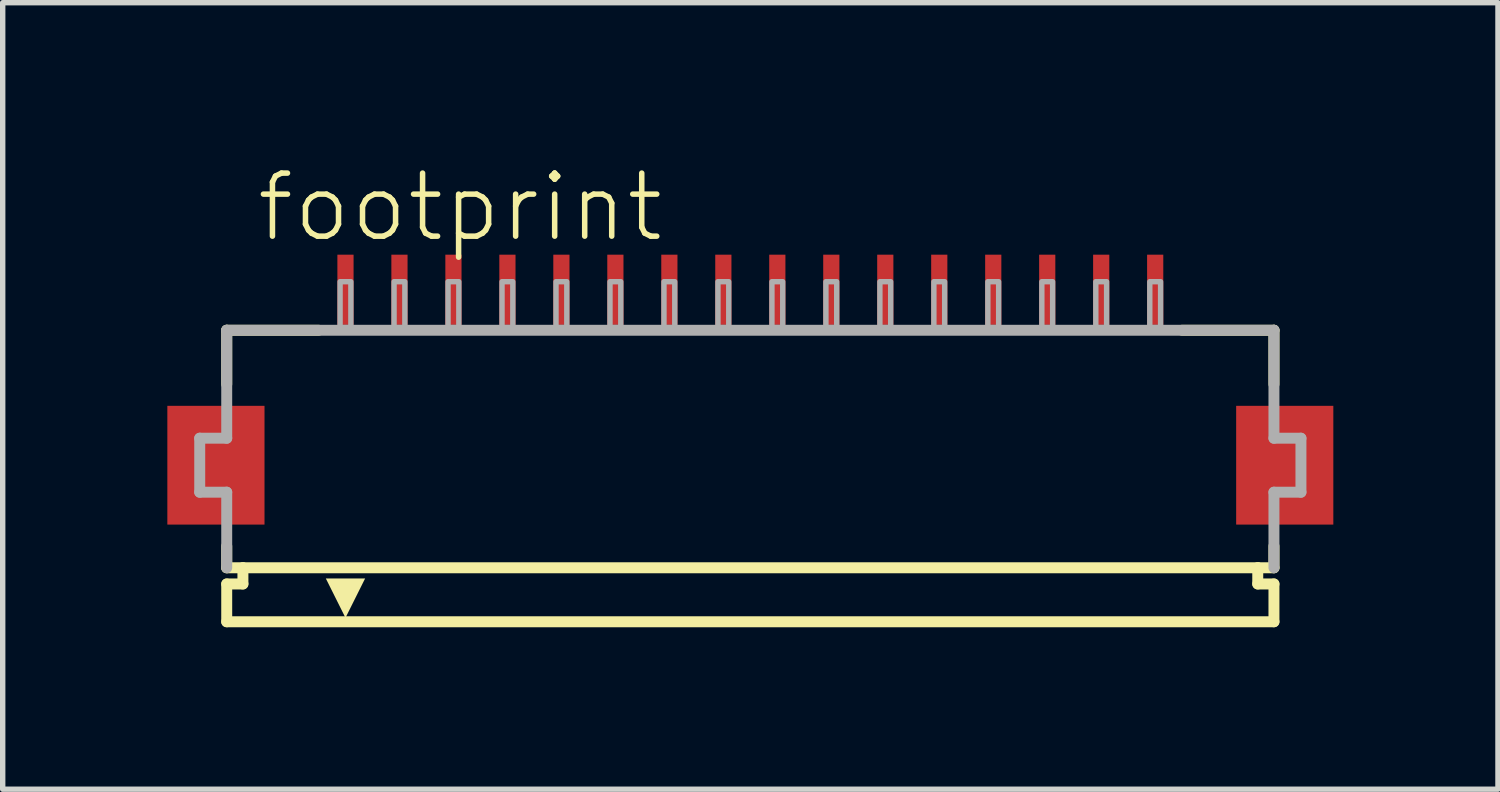
<source format=kicad_pcb>
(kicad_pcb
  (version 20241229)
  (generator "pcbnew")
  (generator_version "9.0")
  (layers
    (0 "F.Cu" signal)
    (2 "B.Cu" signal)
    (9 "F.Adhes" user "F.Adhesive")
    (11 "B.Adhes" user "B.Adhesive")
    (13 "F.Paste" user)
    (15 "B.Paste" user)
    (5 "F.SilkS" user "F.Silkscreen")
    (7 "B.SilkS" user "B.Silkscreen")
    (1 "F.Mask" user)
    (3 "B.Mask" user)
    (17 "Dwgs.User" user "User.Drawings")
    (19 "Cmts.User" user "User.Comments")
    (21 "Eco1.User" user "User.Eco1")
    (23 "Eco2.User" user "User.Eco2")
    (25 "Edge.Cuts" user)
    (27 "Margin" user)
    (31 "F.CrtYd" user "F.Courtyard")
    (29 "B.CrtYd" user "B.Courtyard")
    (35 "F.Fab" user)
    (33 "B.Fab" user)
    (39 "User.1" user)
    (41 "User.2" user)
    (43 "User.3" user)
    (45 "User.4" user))
  (footprint "footprint"
    (layer "F.Cu")
    (at 10.85 5.568)
    (property "Reference" "footprint" (at -9.198 -4.095 0) (layer "F.SilkS") (effects (font (size 1.168 1.168) (thickness 0.102)) (justify left bottom)))
    (fp_poly (pts (xy -9 -1.1) (xy -10.8 -1.1) (xy -10.8 1.1) (xy -9 1.1)) (stroke (width 0) (type solid)) (fill yes) (layer "F.Cu"))
    (fp_poly (pts (xy 10.8 -1.1) (xy 9 -1.1) (xy 9 1.1) (xy 10.8 1.1)) (stroke (width 0) (type solid)) (fill yes) (layer "F.Cu"))
    (fp_poly (pts (xy -8.95 -1.175) (xy -10.85 -1.175) (xy -10.85 1.175) (xy -8.95 1.175)) (stroke (width 0) (type solid)) (fill yes) (layer "F.Mask"))
    (fp_poly (pts (xy -7.7 -2.55) (xy -7.3 -2.55) (xy -7.3 -3.95) (xy -7.7 -3.95)) (stroke (width 0) (type solid)) (fill yes) (layer "F.Mask"))
    (fp_poly (pts (xy -6.7 -2.55) (xy -6.3 -2.55) (xy -6.3 -3.95) (xy -6.7 -3.95)) (stroke (width 0) (type solid)) (fill yes) (layer "F.Mask"))
    (fp_poly (pts (xy -5.7 -2.55) (xy -5.3 -2.55) (xy -5.3 -3.95) (xy -5.7 -3.95)) (stroke (width 0) (type solid)) (fill yes) (layer "F.Mask"))
    (fp_poly (pts (xy -4.7 -2.55) (xy -4.3 -2.55) (xy -4.3 -3.95) (xy -4.7 -3.95)) (stroke (width 0) (type solid)) (fill yes) (layer "F.Mask"))
    (fp_poly (pts (xy -3.7 -2.55) (xy -3.3 -2.55) (xy -3.3 -3.95) (xy -3.7 -3.95)) (stroke (width 0) (type solid)) (fill yes) (layer "F.Mask"))
    (fp_poly (pts (xy -2.7 -2.55) (xy -2.3 -2.55) (xy -2.3 -3.95) (xy -2.7 -3.95)) (stroke (width 0) (type solid)) (fill yes) (layer "F.Mask"))
    (fp_poly (pts (xy -1.7 -2.55) (xy -1.3 -2.55) (xy -1.3 -3.95) (xy -1.7 -3.95)) (stroke (width 0) (type solid)) (fill yes) (layer "F.Mask"))
    (fp_poly (pts (xy -0.7 -2.55) (xy -0.3 -2.55) (xy -0.3 -3.95) (xy -0.7 -3.95)) (stroke (width 0) (type solid)) (fill yes) (layer "F.Mask"))
    (fp_poly (pts (xy 0.3 -2.55) (xy 0.7 -2.55) (xy 0.7 -3.95) (xy 0.3 -3.95)) (stroke (width 0) (type solid)) (fill yes) (layer "F.Mask"))
    (fp_poly (pts (xy 1.3 -2.55) (xy 1.7 -2.55) (xy 1.7 -3.95) (xy 1.3 -3.95)) (stroke (width 0) (type solid)) (fill yes) (layer "F.Mask"))
    (fp_poly (pts (xy 2.3 -2.55) (xy 2.7 -2.55) (xy 2.7 -3.95) (xy 2.3 -3.95)) (stroke (width 0) (type solid)) (fill yes) (layer "F.Mask"))
    (fp_poly (pts (xy 3.3 -2.55) (xy 3.7 -2.55) (xy 3.7 -3.95) (xy 3.3 -3.95)) (stroke (width 0) (type solid)) (fill yes) (layer "F.Mask"))
    (fp_poly (pts (xy 4.3 -2.55) (xy 4.7 -2.55) (xy 4.7 -3.95) (xy 4.3 -3.95)) (stroke (width 0) (type solid)) (fill yes) (layer "F.Mask"))
    (fp_poly (pts (xy 5.3 -2.55) (xy 5.7 -2.55) (xy 5.7 -3.95) (xy 5.3 -3.95)) (stroke (width 0) (type solid)) (fill yes) (layer "F.Mask"))
    (fp_poly (pts (xy 6.3 -2.55) (xy 6.7 -2.55) (xy 6.7 -3.95) (xy 6.3 -3.95)) (stroke (width 0) (type solid)) (fill yes) (layer "F.Mask"))
    (fp_poly (pts (xy 7.3 -2.55) (xy 7.7 -2.55) (xy 7.7 -3.95) (xy 7.3 -3.95)) (stroke (width 0) (type solid)) (fill yes) (layer "F.Mask"))
    (fp_poly (pts (xy 10.85 -1.175) (xy 8.95 -1.175) (xy 8.95 1.175) (xy 10.85 1.175)) (stroke (width 0) (type solid)) (fill yes) (layer "F.Mask"))
    (fp_line (start -9.7 -2.5) (end -9.7 -1.5) (stroke (width 0.203) (type solid)) (layer "F.SilkS"))
    (fp_line (start -9.7 1.5) (end -9.7 1.9) (stroke (width 0.203) (type solid)) (layer "F.SilkS"))
    (fp_line (start -9.7 1.9) (end -9.4 1.9) (stroke (width 0.203) (type solid)) (layer "F.SilkS"))
    (fp_line (start -9.7 2.2) (end -9.7 2.9) (stroke (width 0.203) (type solid)) (layer "F.SilkS"))
    (fp_line (start -9.4 1.9) (end -9.4 2.2) (stroke (width 0.203) (type solid)) (layer "F.SilkS"))
    (fp_line (start -9.4 2.2) (end -9.7 2.2) (stroke (width 0.203) (type solid)) (layer "F.SilkS"))
    (fp_line (start -8 -2.5) (end -9.7 -2.5) (stroke (width 0.203) (type solid)) (layer "F.SilkS"))
    (fp_line (start 9.4 1.9) (end -9.4 1.9) (stroke (width 0.203) (type solid)) (layer "F.SilkS"))
    (fp_line (start 9.4 1.9) (end 9.7 1.9) (stroke (width 0.203) (type solid)) (layer "F.SilkS"))
    (fp_line (start 9.4 2.2) (end 9.4 1.9) (stroke (width 0.203) (type solid)) (layer "F.SilkS"))
    (fp_line (start 9.7 -2.5) (end 8 -2.5) (stroke (width 0.203) (type solid)) (layer "F.SilkS"))
    (fp_line (start 9.7 -1.5) (end 9.7 -2.5) (stroke (width 0.203) (type solid)) (layer "F.SilkS"))
    (fp_line (start 9.7 1.9) (end 9.7 1.5) (stroke (width 0.203) (type solid)) (layer "F.SilkS"))
    (fp_line (start 9.7 2.2) (end 9.4 2.2) (stroke (width 0.203) (type solid)) (layer "F.SilkS"))
    (fp_line (start 9.7 2.9) (end -9.7 2.9) (stroke (width 0.203) (type solid)) (layer "F.SilkS"))
    (fp_line (start 9.7 2.9) (end 9.7 2.2) (stroke (width 0.203) (type solid)) (layer "F.SilkS"))
    (fp_poly (pts (xy -7.5 2.827) (xy -7.864 2.098) (xy -7.136 2.098)) (stroke (width 0) (type solid)) (fill yes) (layer "F.SilkS"))
    (fp_poly (pts (xy -9.075 -1.025) (xy -10.725 -1.025) (xy -10.725 1.025) (xy -9.075 1.025)) (stroke (width 0) (type solid)) (fill yes) (layer "F.Paste"))
    (fp_poly (pts (xy -7.625 -2.625) (xy -7.375 -2.625) (xy -7.375 -3.875) (xy -7.625 -3.875)) (stroke (width 0) (type solid)) (fill yes) (layer "F.Paste"))
    (fp_poly (pts (xy -6.625 -2.625) (xy -6.375 -2.625) (xy -6.375 -3.875) (xy -6.625 -3.875)) (stroke (width 0) (type solid)) (fill yes) (layer "F.Paste"))
    (fp_poly (pts (xy -5.625 -2.625) (xy -5.375 -2.625) (xy -5.375 -3.875) (xy -5.625 -3.875)) (stroke (width 0) (type solid)) (fill yes) (layer "F.Paste"))
    (fp_poly (pts (xy -4.625 -2.625) (xy -4.375 -2.625) (xy -4.375 -3.875) (xy -4.625 -3.875)) (stroke (width 0) (type solid)) (fill yes) (layer "F.Paste"))
    (fp_poly (pts (xy -3.625 -2.625) (xy -3.375 -2.625) (xy -3.375 -3.875) (xy -3.625 -3.875)) (stroke (width 0) (type solid)) (fill yes) (layer "F.Paste"))
    (fp_poly (pts (xy -2.625 -2.625) (xy -2.375 -2.625) (xy -2.375 -3.875) (xy -2.625 -3.875)) (stroke (width 0) (type solid)) (fill yes) (layer "F.Paste"))
    (fp_poly (pts (xy -1.625 -2.625) (xy -1.375 -2.625) (xy -1.375 -3.875) (xy -1.625 -3.875)) (stroke (width 0) (type solid)) (fill yes) (layer "F.Paste"))
    (fp_poly (pts (xy -0.625 -2.625) (xy -0.375 -2.625) (xy -0.375 -3.875) (xy -0.625 -3.875)) (stroke (width 0) (type solid)) (fill yes) (layer "F.Paste"))
    (fp_poly (pts (xy 0.375 -2.625) (xy 0.625 -2.625) (xy 0.625 -3.875) (xy 0.375 -3.875)) (stroke (width 0) (type solid)) (fill yes) (layer "F.Paste"))
    (fp_poly (pts (xy 1.375 -2.625) (xy 1.625 -2.625) (xy 1.625 -3.875) (xy 1.375 -3.875)) (stroke (width 0) (type solid)) (fill yes) (layer "F.Paste"))
    (fp_poly (pts (xy 2.375 -2.625) (xy 2.625 -2.625) (xy 2.625 -3.875) (xy 2.375 -3.875)) (stroke (width 0) (type solid)) (fill yes) (layer "F.Paste"))
    (fp_poly (pts (xy 3.375 -2.625) (xy 3.625 -2.625) (xy 3.625 -3.875) (xy 3.375 -3.875)) (stroke (width 0) (type solid)) (fill yes) (layer "F.Paste"))
    (fp_poly (pts (xy 4.375 -2.625) (xy 4.625 -2.625) (xy 4.625 -3.875) (xy 4.375 -3.875)) (stroke (width 0) (type solid)) (fill yes) (layer "F.Paste"))
    (fp_poly (pts (xy 5.375 -2.625) (xy 5.625 -2.625) (xy 5.625 -3.875) (xy 5.375 -3.875)) (stroke (width 0) (type solid)) (fill yes) (layer "F.Paste"))
    (fp_poly (pts (xy 6.375 -2.625) (xy 6.625 -2.625) (xy 6.625 -3.875) (xy 6.375 -3.875)) (stroke (width 0) (type solid)) (fill yes) (layer "F.Paste"))
    (fp_poly (pts (xy 7.375 -2.625) (xy 7.625 -2.625) (xy 7.625 -3.875) (xy 7.375 -3.875)) (stroke (width 0) (type solid)) (fill yes) (layer "F.Paste"))
    (fp_poly (pts (xy 10.725 -1.025) (xy 9.075 -1.025) (xy 9.075 1.025) (xy 10.725 1.025)) (stroke (width 0) (type solid)) (fill yes) (layer "F.Paste"))
    (fp_line (start -10.2 -0.5) (end -10.2 0.5) (stroke (width 0.203) (type solid)) (layer "F.Fab"))
    (fp_line (start -10.2 0.5) (end -9.7 0.5) (stroke (width 0.203) (type solid)) (layer "F.Fab"))
    (fp_line (start -9.7 -2.5) (end -9.7 -0.5) (stroke (width 0.203) (type solid)) (layer "F.Fab"))
    (fp_line (start -9.7 -0.5) (end -10.2 -0.5) (stroke (width 0.203) (type solid)) (layer "F.Fab"))
    (fp_line (start -9.7 0.5) (end -9.7 1.9) (stroke (width 0.203) (type solid)) (layer "F.Fab"))
    (fp_line (start 9.7 -2.5) (end -9.7 -2.5) (stroke (width 0.203) (type solid)) (layer "F.Fab"))
    (fp_line (start 9.7 -0.5) (end 9.7 -2.5) (stroke (width 0.203) (type solid)) (layer "F.Fab"))
    (fp_line (start 9.7 0.5) (end 10.2 0.5) (stroke (width 0.203) (type solid)) (layer "F.Fab"))
    (fp_line (start 9.7 1.9) (end 9.7 0.5) (stroke (width 0.203) (type solid)) (layer "F.Fab"))
    (fp_line (start 10.2 -0.5) (end 9.7 -0.5) (stroke (width 0.203) (type solid)) (layer "F.Fab"))
    (fp_line (start 10.2 0.5) (end 10.2 -0.5) (stroke (width 0.203) (type solid)) (layer "F.Fab"))
    (fp_poly (pts (xy -7.6 -2.55) (xy -7.4 -2.55) (xy -7.4 -3.4) (xy -7.6 -3.4)) (stroke (width 0.1) (type solid)) (fill no) (layer "F.Fab"))
    (fp_poly (pts (xy -6.6 -2.55) (xy -6.4 -2.55) (xy -6.4 -3.4) (xy -6.6 -3.4)) (stroke (width 0.1) (type solid)) (fill no) (layer "F.Fab"))
    (fp_poly (pts (xy -5.6 -2.55) (xy -5.4 -2.55) (xy -5.4 -3.4) (xy -5.6 -3.4)) (stroke (width 0.1) (type solid)) (fill no) (layer "F.Fab"))
    (fp_poly (pts (xy -4.6 -2.55) (xy -4.4 -2.55) (xy -4.4 -3.4) (xy -4.6 -3.4)) (stroke (width 0.1) (type solid)) (fill no) (layer "F.Fab"))
    (fp_poly (pts (xy -3.6 -2.55) (xy -3.4 -2.55) (xy -3.4 -3.4) (xy -3.6 -3.4)) (stroke (width 0.1) (type solid)) (fill no) (layer "F.Fab"))
    (fp_poly (pts (xy -2.6 -2.55) (xy -2.4 -2.55) (xy -2.4 -3.4) (xy -2.6 -3.4)) (stroke (width 0.1) (type solid)) (fill no) (layer "F.Fab"))
    (fp_poly (pts (xy -1.6 -2.55) (xy -1.4 -2.55) (xy -1.4 -3.4) (xy -1.6 -3.4)) (stroke (width 0.1) (type solid)) (fill no) (layer "F.Fab"))
    (fp_poly (pts (xy -0.6 -2.55) (xy -0.4 -2.55) (xy -0.4 -3.4) (xy -0.6 -3.4)) (stroke (width 0.1) (type solid)) (fill no) (layer "F.Fab"))
    (fp_poly (pts (xy 0.4 -2.55) (xy 0.6 -2.55) (xy 0.6 -3.4) (xy 0.4 -3.4)) (stroke (width 0.1) (type solid)) (fill no) (layer "F.Fab"))
    (fp_poly (pts (xy 1.4 -2.55) (xy 1.6 -2.55) (xy 1.6 -3.4) (xy 1.4 -3.4)) (stroke (width 0.1) (type solid)) (fill no) (layer "F.Fab"))
    (fp_poly (pts (xy 2.4 -2.55) (xy 2.6 -2.55) (xy 2.6 -3.4) (xy 2.4 -3.4)) (stroke (width 0.1) (type solid)) (fill no) (layer "F.Fab"))
    (fp_poly (pts (xy 3.4 -2.55) (xy 3.6 -2.55) (xy 3.6 -3.4) (xy 3.4 -3.4)) (stroke (width 0.1) (type solid)) (fill no) (layer "F.Fab"))
    (fp_poly (pts (xy 4.4 -2.55) (xy 4.6 -2.55) (xy 4.6 -3.4) (xy 4.4 -3.4)) (stroke (width 0.1) (type solid)) (fill no) (layer "F.Fab"))
    (fp_poly (pts (xy 5.4 -2.55) (xy 5.6 -2.55) (xy 5.6 -3.4) (xy 5.4 -3.4)) (stroke (width 0.1) (type solid)) (fill no) (layer "F.Fab"))
    (fp_poly (pts (xy 6.4 -2.55) (xy 6.6 -2.55) (xy 6.6 -3.4) (xy 6.4 -3.4)) (stroke (width 0.1) (type solid)) (fill no) (layer "F.Fab"))
    (fp_poly (pts (xy 7.4 -2.55) (xy 7.6 -2.55) (xy 7.6 -3.4) (xy 7.4 -3.4)) (stroke (width 0.1) (type solid)) (fill no) (layer "F.Fab"))
    (pad "1" smd rect (at -7.5 -3.25) (size 0.3 1.3) (layers "F.Cu"))
    (pad "2" smd rect (at -6.5 -3.25) (size 0.3 1.3) (layers "F.Cu"))
    (pad "3" smd rect (at -5.5 -3.25) (size 0.3 1.3) (layers "F.Cu"))
    (pad "4" smd rect (at -4.5 -3.25) (size 0.3 1.3) (layers "F.Cu"))
    (pad "5" smd rect (at -3.5 -3.25) (size 0.3 1.3) (layers "F.Cu"))
    (pad "6" smd rect (at -2.5 -3.25) (size 0.3 1.3) (layers "F.Cu"))
    (pad "7" smd rect (at -1.5 -3.25) (size 0.3 1.3) (layers "F.Cu"))
    (pad "8" smd rect (at -0.5 -3.25) (size 0.3 1.3) (layers "F.Cu"))
    (pad "9" smd rect (at 0.5 -3.25) (size 0.3 1.3) (layers "F.Cu"))
    (pad "10" smd rect (at 1.5 -3.25) (size 0.3 1.3) (layers "F.Cu"))
    (pad "11" smd rect (at 2.5 -3.25) (size 0.3 1.3) (layers "F.Cu"))
    (pad "12" smd rect (at 3.5 -3.25) (size 0.3 1.3) (layers "F.Cu"))
    (pad "13" smd rect (at 4.5 -3.25) (size 0.3 1.3) (layers "F.Cu"))
    (pad "14" smd rect (at 5.5 -3.25) (size 0.3 1.3) (layers "F.Cu"))
    (pad "15" smd rect (at 6.5 -3.25) (size 0.3 1.3) (layers "F.Cu"))
    (pad "16" smd rect (at 7.5 -3.25) (size 0.3 1.3) (layers "F.Cu")))
  (gr_rect
    (start -3 -3)
    (end 24.7 11.57)
    (stroke (width 0.1) (type default))
    (fill no)
    (layer "Edge.Cuts")))
</source>
